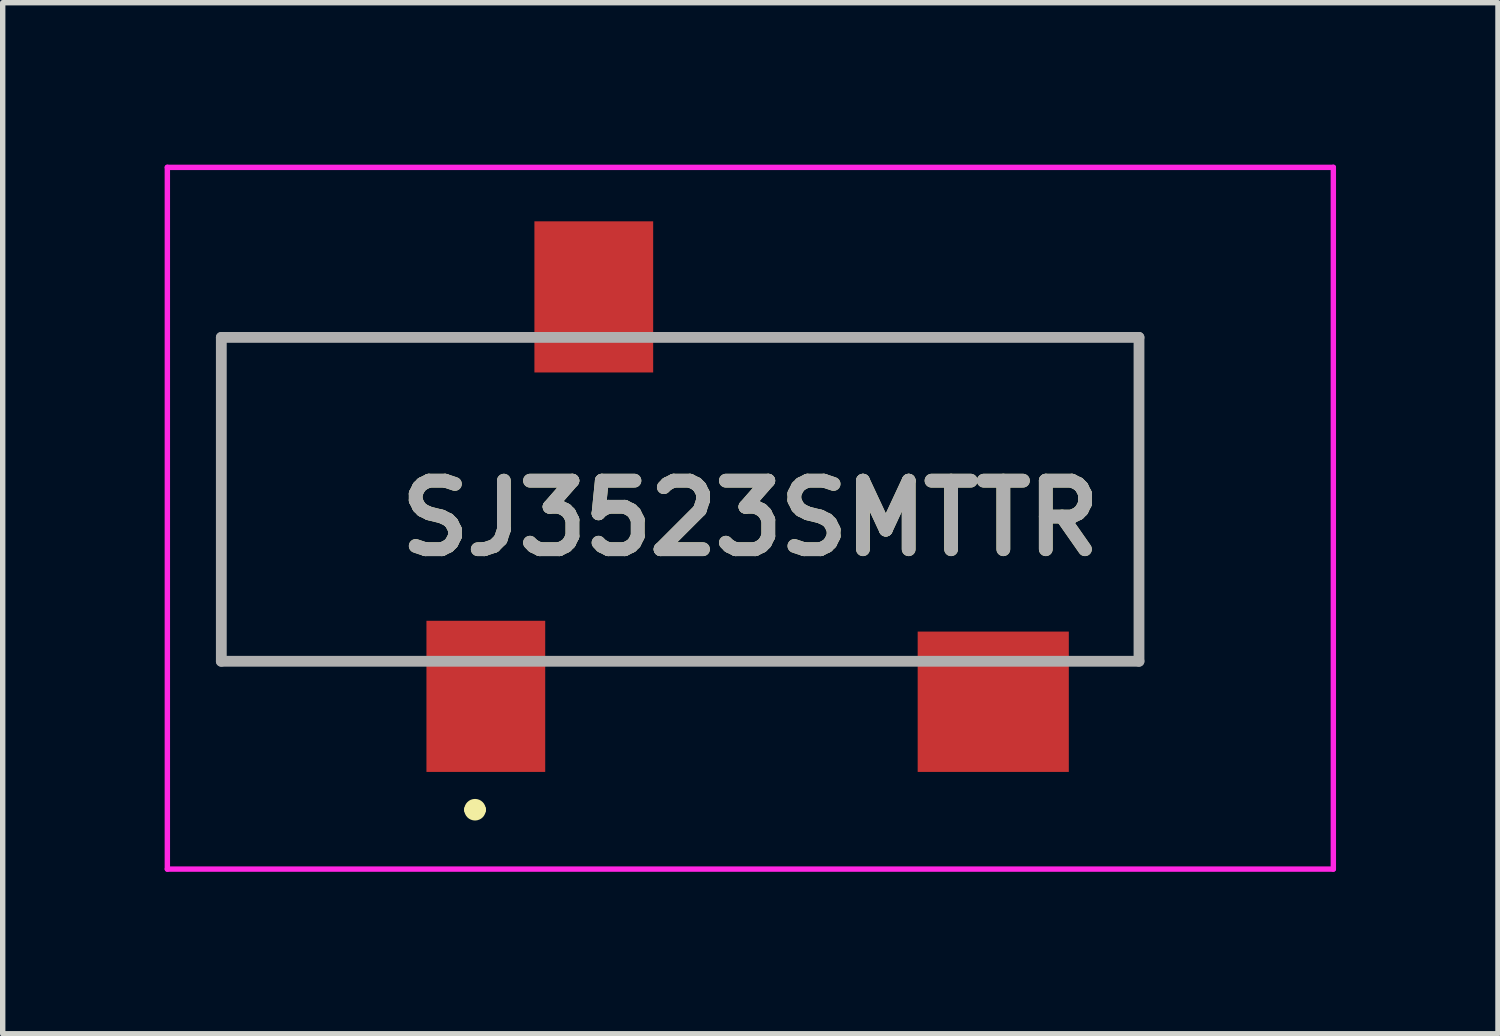
<source format=kicad_pcb>
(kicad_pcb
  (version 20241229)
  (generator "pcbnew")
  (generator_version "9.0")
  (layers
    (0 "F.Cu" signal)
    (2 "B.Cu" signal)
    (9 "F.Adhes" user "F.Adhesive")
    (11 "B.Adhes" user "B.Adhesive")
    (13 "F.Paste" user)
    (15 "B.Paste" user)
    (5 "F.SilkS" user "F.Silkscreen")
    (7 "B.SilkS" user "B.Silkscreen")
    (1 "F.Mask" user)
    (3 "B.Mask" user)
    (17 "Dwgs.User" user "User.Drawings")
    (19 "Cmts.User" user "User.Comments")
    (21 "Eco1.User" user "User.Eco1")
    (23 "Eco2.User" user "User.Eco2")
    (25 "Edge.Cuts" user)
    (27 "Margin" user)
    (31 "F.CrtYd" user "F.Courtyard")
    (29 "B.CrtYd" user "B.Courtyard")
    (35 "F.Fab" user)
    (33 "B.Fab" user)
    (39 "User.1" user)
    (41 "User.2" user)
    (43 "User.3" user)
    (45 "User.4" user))
  (footprint "SJ3523SMTTR"
    (layer "F.Cu")
    (at 3.55 6.15)
    (property "Reference" "SJ3523SMTTR" (at 7.3 0.4 0) (layer "F.SilkS") (effects (font (size 1.27 1.27) (thickness 0.254))))
    (attr through_hole)
    (fp_line (start -2.5 -2.95) (end -2.5 3.05) (stroke (width 0.1) (type solid)) (layer "F.SilkS"))
    (fp_line (start -2.5 3.05) (end 0.9 3.05) (stroke (width 0.1) (type solid)) (layer "F.SilkS"))
    (fp_line (start 2.1 5.8) (end 2.1 5.8) (stroke (width 0.2) (type solid)) (layer "F.SilkS"))
    (fp_line (start 2.3 5.8) (end 2.3 5.8) (stroke (width 0.2) (type solid)) (layer "F.SilkS"))
    (fp_line (start 2.9 -2.95) (end -2.5 -2.95) (stroke (width 0.1) (type solid)) (layer "F.SilkS"))
    (fp_line (start 3.9 3.05) (end 10.1 3.05) (stroke (width 0.1) (type solid)) (layer "F.SilkS"))
    (fp_line (start 5.9 -2.95) (end 14.5 -2.95) (stroke (width 0.1) (type solid)) (layer "F.SilkS"))
    (fp_line (start 13.5 3.05) (end 14.5 3.05) (stroke (width 0.1) (type solid)) (layer "F.SilkS"))
    (fp_line (start 14.5 -3) (end 14.5 1.5) (stroke (width 0.1) (type solid)) (layer "F.SilkS"))
    (fp_line (start 14.5 3.05) (end 14.5 1.5) (stroke (width 0.1) (type solid)) (layer "F.SilkS"))
    (fp_arc (start 2.1 5.8) (mid 2.2 5.7) (end 2.3 5.8) (stroke (width 0.2) (type solid)) (layer "F.SilkS"))
    (fp_arc (start 2.3 5.8) (mid 2.2 5.9) (end 2.1 5.8) (stroke (width 0.2) (type solid)) (layer "F.SilkS"))
    (fp_line (start -3.5 -6.1) (end 18.1 -6.1) (stroke (width 0.1) (type solid)) (layer "F.CrtYd"))
    (fp_line (start -3.5 6.9) (end -3.5 -6.1) (stroke (width 0.1) (type solid)) (layer "F.CrtYd"))
    (fp_line (start 18.1 -6.1) (end 18.1 6.9) (stroke (width 0.1) (type solid)) (layer "F.CrtYd"))
    (fp_line (start 18.1 6.9) (end -3.5 6.9) (stroke (width 0.1) (type solid)) (layer "F.CrtYd"))
    (fp_line (start -2.5 -2.95) (end 14.5 -2.95) (stroke (width 0.2) (type solid)) (layer "F.Fab"))
    (fp_line (start -2.5 3.05) (end -2.5 -2.95) (stroke (width 0.2) (type solid)) (layer "F.Fab"))
    (fp_line (start 14.5 -2.95) (end 14.5 3.05) (stroke (width 0.2) (type solid)) (layer "F.Fab"))
    (fp_line (start 14.5 3.05) (end -2.5 3.05) (stroke (width 0.2) (type solid)) (layer "F.Fab"))
    (fp_text user "${REFERENCE}" (at 7.3 0.4 0) (layer "F.Fab") (effects (font (size 1.27 1.27) (thickness 0.254))))
    (pad "" np_thru_hole circle (at 3.5 0) (size 0.001 0.001) (drill 1.7) (layers "*.Cu" "*.Mask"))
    (pad "" np_thru_hole circle (at 10.5 0) (size 0.001 0.001) (drill 1.7) (layers "*.Cu" "*.Mask"))
    (pad "1" smd rect (at 2.4 3.7) (size 2.2 2.8) (layers "F.Cu" "F.Mask" "F.Paste"))
    (pad "2" smd rect (at 11.8 3.8 90) (size 2.6 2.8) (layers "F.Cu" "F.Mask" "F.Paste"))
    (pad "3" smd rect (at 4.4 -3.7) (size 2.2 2.8) (layers "F.Cu" "F.Mask" "F.Paste")))
  (gr_rect
    (start -3 -3)
    (end 24.7 16.1)
    (stroke (width 0.1) (type default))
    (fill no)
    (layer "Edge.Cuts")))
</source>
